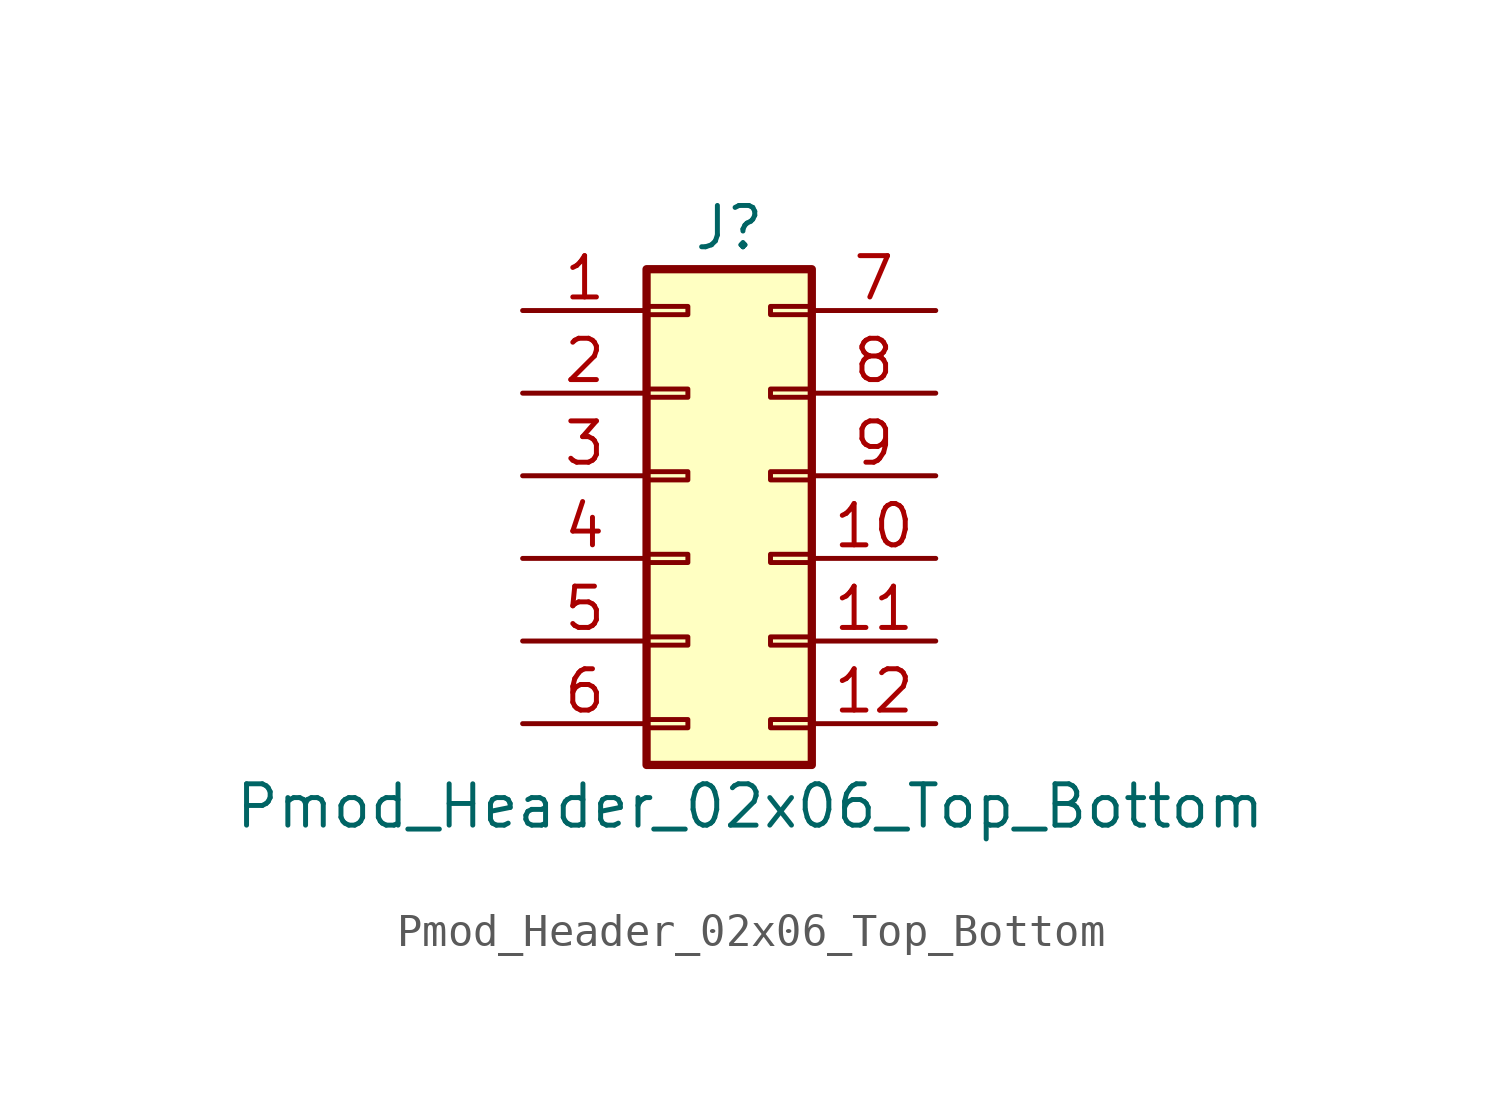
<source format=kicad_sym>
(kicad_symbol_lib
  (version 20211014)
  (generator kicad_symbol_editor)
  (symbol "Pmod_Header_02x06_Top_Bottom"
    (pin_names
      (offset 1.016) hide)
    (property "Reference" "J"
      (at 1.27 7.62 0)
      (effects (font (size 1.27 1.27))))
    (property "Value" "Pmod_Header_02x06_Top_Bottom"
      (at -13.97 -10.16 0)
      (effects (font (size 1.27 1.27)) (justify left)))
    (symbol "Pmod_Header_02x06_Top_Bottom_1_1"
      (rectangle (start -1.27 -7.493) (end 0 -7.747) (stroke (width 0.152) (type default) (color 0 0 0 0)) (fill (type none)))
      (rectangle (start -1.27 -4.953) (end 0 -5.207) (stroke (width 0.152) (type default) (color 0 0 0 0)) (fill (type none)))
      (rectangle (start -1.27 -2.413) (end 0 -2.667) (stroke (width 0.152) (type default) (color 0 0 0 0)) (fill (type none)))
      (rectangle (start -1.27 0.127) (end 0 -0.127) (stroke (width 0.152) (type default) (color 0 0 0 0)) (fill (type none)))
      (rectangle (start -1.27 2.667) (end 0 2.413) (stroke (width 0.152) (type default) (color 0 0 0 0)) (fill (type none)))
      (rectangle (start -1.27 5.207) (end 0 4.953) (stroke (width 0.152) (type default) (color 0 0 0 0)) (fill (type none)))
      (rectangle (start -1.27 6.35) (end 3.81 -8.89) (stroke (width 0.254) (type default) (color 0 0 0 0)) (fill (type background)))
      (rectangle (start 3.81 -7.493) (end 2.54 -7.747) (stroke (width 0.152) (type default) (color 0 0 0 0)) (fill (type none)))
      (rectangle (start 3.81 -4.953) (end 2.54 -5.207) (stroke (width 0.152) (type default) (color 0 0 0 0)) (fill (type none)))
      (rectangle (start 3.81 -2.413) (end 2.54 -2.667) (stroke (width 0.152) (type default) (color 0 0 0 0)) (fill (type none)))
      (rectangle (start 3.81 0.127) (end 2.54 -0.127) (stroke (width 0.152) (type default) (color 0 0 0 0)) (fill (type none)))
      (rectangle (start 3.81 2.667) (end 2.54 2.413) (stroke (width 0.152) (type default) (color 0 0 0 0)) (fill (type none)))
      (rectangle (start 3.81 5.207) (end 2.54 4.953) (stroke (width 0.152) (type default) (color 0 0 0 0)) (fill (type none)))
      (pin passive line (at -5.08 5.08 0) (length 3.81) (name "Pin_1" (effects (font (size 1.27 1.27)))) (number "1" (effects (font (size 1.27 1.27)))))
      (pin passive line (at 7.62 -2.54 180) (length 3.81) (name "Pin_10" (effects (font (size 1.27 1.27)))) (number "10" (effects (font (size 1.27 1.27)))))
      (pin passive line (at 7.62 -5.08 180) (length 3.81) (name "GND" (effects (font (size 1.27 1.27)))) (number "11" (effects (font (size 1.27 1.27)))))
      (pin passive line (at 7.62 -7.62 180) (length 3.81) (name "3.3V" (effects (font (size 1.27 1.27)))) (number "12" (effects (font (size 1.27 1.27)))))
      (pin passive line (at -5.08 2.54 0) (length 3.81) (name "Pin_2" (effects (font (size 1.27 1.27)))) (number "2" (effects (font (size 1.27 1.27)))))
      (pin passive line (at -5.08 0 0) (length 3.81) (name "Pin_3" (effects (font (size 1.27 1.27)))) (number "3" (effects (font (size 1.27 1.27)))))
      (pin passive line (at -5.08 -2.54 0) (length 3.81) (name "Pin_4" (effects (font (size 1.27 1.27)))) (number "4" (effects (font (size 1.27 1.27)))))
      (pin passive line (at -5.08 -5.08 0) (length 3.81) (name "GND" (effects (font (size 1.27 1.27)))) (number "5" (effects (font (size 1.27 1.27)))))
      (pin passive line (at -5.08 -7.62 0) (length 3.81) (name "3.3V" (effects (font (size 1.27 1.27)))) (number "6" (effects (font (size 1.27 1.27)))))
      (pin passive line (at 7.62 5.08 180) (length 3.81) (name "Pin_7" (effects (font (size 1.27 1.27)))) (number "7" (effects (font (size 1.27 1.27)))))
      (pin passive line (at 7.62 2.54 180) (length 3.81) (name "Pin_8" (effects (font (size 1.27 1.27)))) (number "8" (effects (font (size 1.27 1.27)))))
      (pin passive line (at 7.62 0 180) (length 3.81) (name "Pin_9" (effects (font (size 1.27 1.27)))) (number "9" (effects (font (size 1.27 1.27))))))))
</source>
